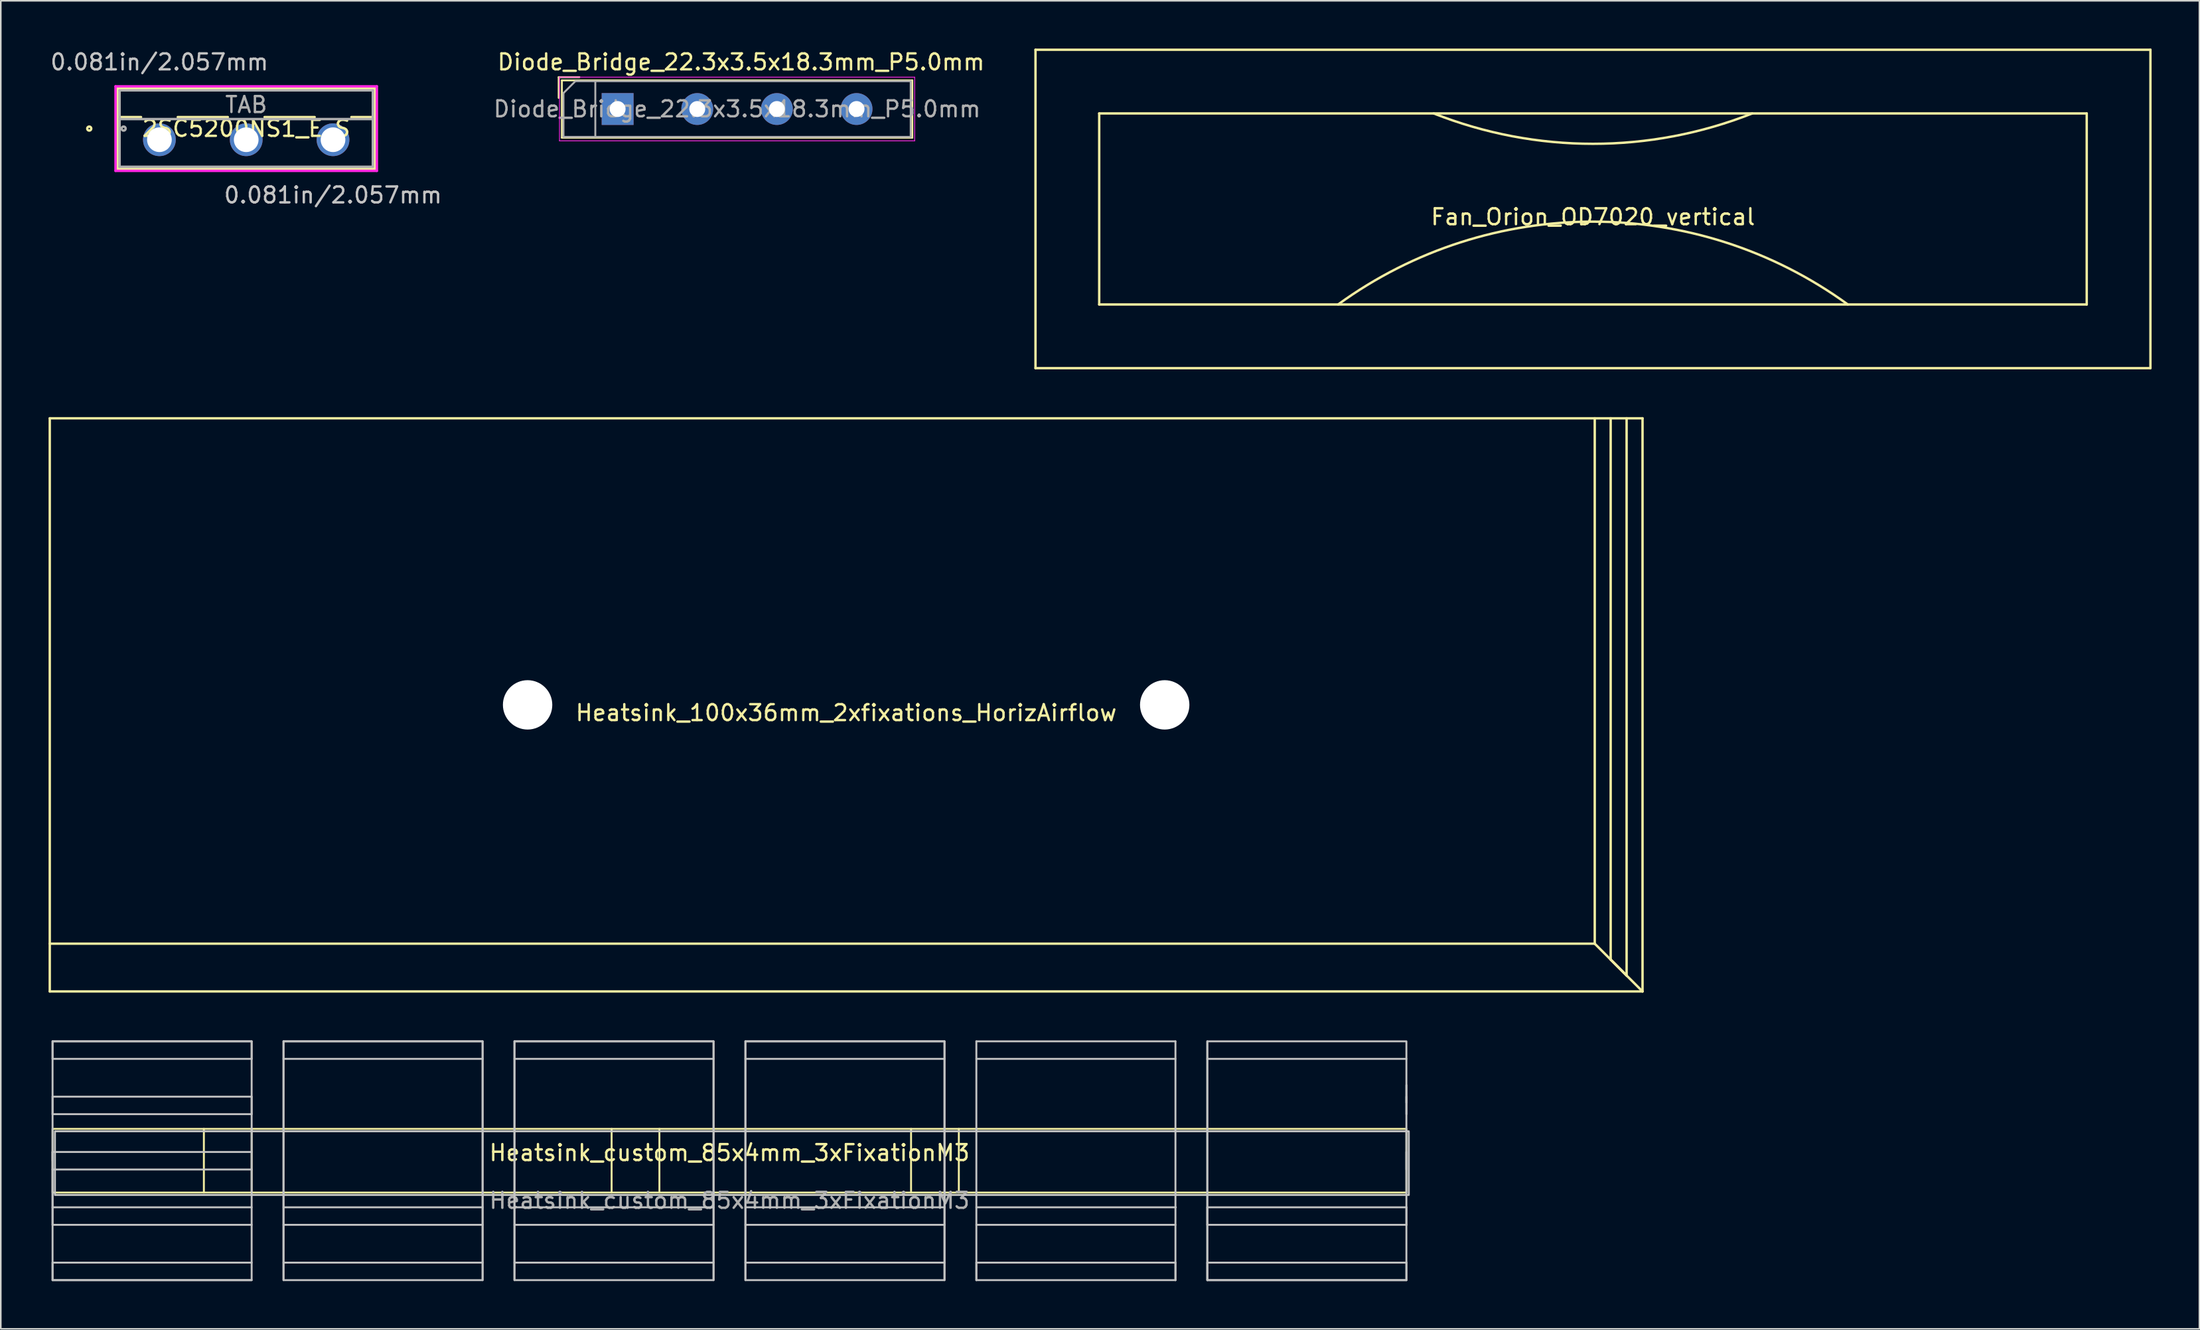
<source format=kicad_pcb>
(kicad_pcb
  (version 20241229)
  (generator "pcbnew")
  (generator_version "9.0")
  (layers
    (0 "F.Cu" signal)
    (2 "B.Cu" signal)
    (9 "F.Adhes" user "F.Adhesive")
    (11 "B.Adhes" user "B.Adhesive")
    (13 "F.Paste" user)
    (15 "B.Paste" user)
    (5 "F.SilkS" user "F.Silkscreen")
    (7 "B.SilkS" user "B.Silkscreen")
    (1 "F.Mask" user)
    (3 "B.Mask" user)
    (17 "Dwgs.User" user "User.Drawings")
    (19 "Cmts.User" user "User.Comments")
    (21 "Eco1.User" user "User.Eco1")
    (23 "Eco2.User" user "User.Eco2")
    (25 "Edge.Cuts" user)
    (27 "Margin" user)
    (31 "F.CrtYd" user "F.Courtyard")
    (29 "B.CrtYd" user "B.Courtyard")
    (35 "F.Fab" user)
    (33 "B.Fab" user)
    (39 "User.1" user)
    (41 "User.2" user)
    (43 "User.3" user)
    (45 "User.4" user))
  (footprint "Heatsink_100x36mm_2xfixations_HorizAirflow"
    (layer "F.Cu")
    (at 50.075 41.225)
    (property "Reference" "Heatsink_100x36mm_2xfixations_HorizAirflow" (at 0 0.5 180) (layer "F.SilkS") (effects (font (size 1 1) (thickness 0.15))))
    (attr through_hole)
    (fp_line (start -50 -18) (end -50 18) (stroke (width 0.15) (type solid)) (layer "F.SilkS"))
    (fp_line (start -50 18) (end 50 18) (stroke (width 0.15) (type solid)) (layer "F.SilkS"))
    (fp_line (start 47 15) (end -50 15) (stroke (width 0.15) (type solid)) (layer "F.SilkS"))
    (fp_line (start 47 15) (end 47 -18) (stroke (width 0.15) (type solid)) (layer "F.SilkS"))
    (fp_line (start 48 -18) (end 48 16) (stroke (width 0.15) (type solid)) (layer "F.SilkS"))
    (fp_line (start 48 16) (end 47 15) (stroke (width 0.15) (type solid)) (layer "F.SilkS"))
    (fp_line (start 48 16) (end 49 17) (stroke (width 0.15) (type solid)) (layer "F.SilkS"))
    (fp_line (start 49 17) (end 48 16) (stroke (width 0.15) (type solid)) (layer "F.SilkS"))
    (fp_line (start 49 17) (end 49 -18) (stroke (width 0.15) (type solid)) (layer "F.SilkS"))
    (fp_line (start 50 -18) (end -50 -18) (stroke (width 0.15) (type solid)) (layer "F.SilkS"))
    (fp_line (start 50 18) (end 49 17) (stroke (width 0.15) (type solid)) (layer "F.SilkS"))
    (fp_line (start 50 18) (end 50 -18) (stroke (width 0.15) (type solid)) (layer "F.SilkS"))
    (pad "" np_thru_hole circle (at -20 0) (size 3.1 3.1) (drill 3.1) (layers "*.Cu" "*.Mask"))
    (pad "" np_thru_hole circle (at 20 0) (size 3.1 3.1) (drill 3.1) (layers "*.Cu" "*.Mask")))
  (footprint "Heatsink_custom_85x4mm_3xFixationM3"
    (layer "F.Cu")
    (at 0.25 69.86)
    (property "Reference" "Heatsink_custom_85x4mm_3xFixationM3" (at 42.5 -0.5 0) (unlocked yes) (layer "F.SilkS") (effects (font (size 1 1) (thickness 0.15))))
    (fp_line (start 9.5 -2) (end 9.5 2) (stroke (width 0.12) (type solid)) (layer "F.SilkS"))
    (fp_line (start 12.5 -2) (end 12.5 2) (stroke (width 0.12) (type solid)) (layer "F.SilkS"))
    (fp_line (start 35.1 -2) (end 35.1 2) (stroke (width 0.12) (type solid)) (layer "F.SilkS"))
    (fp_line (start 38.1 -2) (end 38.1 2) (stroke (width 0.12) (type solid)) (layer "F.SilkS"))
    (fp_line (start 53.9 -2) (end 53.9 2) (stroke (width 0.12) (type solid)) (layer "F.SilkS"))
    (fp_line (start 56.9 -2) (end 56.9 2) (stroke (width 0.12) (type solid)) (layer "F.SilkS"))
    (fp_rect (start 0 2) (end 85 -2) (stroke (width 0.12) (type solid)) (fill no) (layer "F.SilkS"))
    (fp_line (start 0 -7.5) (end 0 -6.4) (stroke (width 0.12) (type solid)) (layer "Dwgs.User"))
    (fp_line (start 0 -7.5) (end 12.5 -7.5) (stroke (width 0.12) (type solid)) (layer "Dwgs.User"))
    (fp_line (start 0 -4.025) (end 0 -2.925) (stroke (width 0.12) (type solid)) (layer "Dwgs.User"))
    (fp_line (start 0 -4.025) (end 12.5 -4.025) (stroke (width 0.12) (type solid)) (layer "Dwgs.User"))
    (fp_line (start 0 -0.55) (end 0 0.55) (stroke (width 0.12) (type solid)) (layer "Dwgs.User"))
    (fp_line (start 0 0) (end 0 -0.55) (stroke (width 0.12) (type solid)) (layer "Dwgs.User"))
    (fp_line (start 0 0.55) (end 0 2.925) (stroke (width 0.12) (type solid)) (layer "Dwgs.User"))
    (fp_line (start 0 0.55) (end 12.5 0.55) (stroke (width 0.12) (type solid)) (layer "Dwgs.User"))
    (fp_line (start 0 2.925) (end 0 4.025) (stroke (width 0.12) (type solid)) (layer "Dwgs.User"))
    (fp_line (start 0 2.925) (end 12.5 2.925) (stroke (width 0.12) (type solid)) (layer "Dwgs.User"))
    (fp_line (start 0 4.025) (end 12.5 4.025) (stroke (width 0.12) (type solid)) (layer "Dwgs.User"))
    (fp_line (start 0 6.4) (end 12.5 6.4) (stroke (width 0.12) (type solid)) (layer "Dwgs.User"))
    (fp_line (start 0 7.5) (end 0 6.4) (stroke (width 0.12) (type solid)) (layer "Dwgs.User"))
    (fp_line (start 12.5 -6.4) (end 0 -6.4) (stroke (width 0.12) (type solid)) (layer "Dwgs.User"))
    (fp_line (start 12.5 -6.4) (end 12.5 -7.5) (stroke (width 0.12) (type solid)) (layer "Dwgs.User"))
    (fp_line (start 12.5 -4) (end 12.5 -2.95) (stroke (width 0.12) (type solid)) (layer "Dwgs.User"))
    (fp_line (start 12.5 -2.925) (end 0 -2.925) (stroke (width 0.12) (type solid)) (layer "Dwgs.User"))
    (fp_line (start 12.5 -0.55) (end 0 -0.55) (stroke (width 0.12) (type solid)) (layer "Dwgs.User"))
    (fp_line (start 12.5 7.5) (end 0 7.5) (stroke (width 0.12) (type solid)) (layer "Dwgs.User"))
    (fp_line (start 14.5 -7.5) (end 27 -7.5) (stroke (width 0.12) (type solid)) (layer "Dwgs.User"))
    (fp_line (start 14.5 2.925) (end 27 2.925) (stroke (width 0.12) (type solid)) (layer "Dwgs.User"))
    (fp_line (start 14.5 7.5) (end 14.5 -7.5) (stroke (width 0.12) (type solid)) (layer "Dwgs.User"))
    (fp_line (start 27 -7.5) (end 27 7.5) (stroke (width 0.12) (type solid)) (layer "Dwgs.User"))
    (fp_line (start 27 -6.4) (end 14.5 -6.4) (stroke (width 0.12) (type solid)) (layer "Dwgs.User"))
    (fp_line (start 27 4.025) (end 14.5 4.025) (stroke (width 0.12) (type solid)) (layer "Dwgs.User"))
    (fp_line (start 27 6.4) (end 14.5 6.4) (stroke (width 0.12) (type solid)) (layer "Dwgs.User"))
    (fp_line (start 29 -7.5) (end 41.5 -7.5) (stroke (width 0.12) (type solid)) (layer "Dwgs.User"))
    (fp_line (start 29 2.925) (end 41.5 2.925) (stroke (width 0.12) (type solid)) (layer "Dwgs.User"))
    (fp_line (start 29 7.5) (end 29 -7.5) (stroke (width 0.12) (type solid)) (layer "Dwgs.User"))
    (fp_line (start 41.5 -7.5) (end 41.5 7.5) (stroke (width 0.12) (type solid)) (layer "Dwgs.User"))
    (fp_line (start 41.5 -6.4) (end 29 -6.4) (stroke (width 0.12) (type solid)) (layer "Dwgs.User"))
    (fp_line (start 41.5 4.025) (end 29 4.025) (stroke (width 0.12) (type solid)) (layer "Dwgs.User"))
    (fp_line (start 41.5 6.4) (end 29 6.4) (stroke (width 0.12) (type solid)) (layer "Dwgs.User"))
    (fp_line (start 43.5 -7.5) (end 56 -7.5) (stroke (width 0.12) (type solid)) (layer "Dwgs.User"))
    (fp_line (start 43.5 2.925) (end 56 2.925) (stroke (width 0.12) (type solid)) (layer "Dwgs.User"))
    (fp_line (start 43.5 7.5) (end 43.5 -7.5) (stroke (width 0.12) (type solid)) (layer "Dwgs.User"))
    (fp_line (start 56 -7.5) (end 56 7.5) (stroke (width 0.12) (type solid)) (layer "Dwgs.User"))
    (fp_line (start 56 -6.4) (end 43.5 -6.4) (stroke (width 0.12) (type solid)) (layer "Dwgs.User"))
    (fp_line (start 56 4.025) (end 43.5 4.025) (stroke (width 0.12) (type solid)) (layer "Dwgs.User"))
    (fp_line (start 56 6.4) (end 43.5 6.4) (stroke (width 0.12) (type solid)) (layer "Dwgs.User"))
    (fp_line (start 58 -7.5) (end 70.5 -7.5) (stroke (width 0.12) (type solid)) (layer "Dwgs.User"))
    (fp_line (start 58 2.925) (end 70.525 2.925) (stroke (width 0.12) (type solid)) (layer "Dwgs.User"))
    (fp_line (start 58 6.4) (end 70.5 6.4) (stroke (width 0.12) (type solid)) (layer "Dwgs.User"))
    (fp_line (start 58 7.5) (end 58 -7.5) (stroke (width 0.12) (type solid)) (layer "Dwgs.User"))
    (fp_line (start 58 7.5) (end 58 6.4) (stroke (width 0.12) (type solid)) (layer "Dwgs.User"))
    (fp_line (start 70.5 -7.5) (end 70.5 7.5) (stroke (width 0.12) (type solid)) (layer "Dwgs.User"))
    (fp_line (start 70.5 -6.4) (end 58 -6.4) (stroke (width 0.12) (type solid)) (layer "Dwgs.User"))
    (fp_line (start 70.5 4.025) (end 58 4.025) (stroke (width 0.12) (type solid)) (layer "Dwgs.User"))
    (fp_line (start 70.5 6.4) (end 70.5 7.5) (stroke (width 0.12) (type solid)) (layer "Dwgs.User"))
    (fp_line (start 70.5 7.5) (end 58 7.5) (stroke (width 0.12) (type solid)) (layer "Dwgs.User"))
    (fp_line (start 72.5 2.925) (end 85 2.925) (stroke (width 0.12) (type solid)) (layer "Dwgs.User"))
    (fp_line (start 72.5 4.025) (end 72.5 2.925) (stroke (width 0.12) (type solid)) (layer "Dwgs.User"))
    (fp_line (start 72.5 6.4) (end 85 6.4) (stroke (width 0.12) (type solid)) (layer "Dwgs.User"))
    (fp_line (start 72.5 7.5) (end 72.5 -7.5) (stroke (width 0.12) (type solid)) (layer "Dwgs.User"))
    (fp_line (start 72.5 7.5) (end 72.5 6.4) (stroke (width 0.12) (type solid)) (layer "Dwgs.User"))
    (fp_line (start 85 -6.4) (end 72.5 -6.4) (stroke (width 0.12) (type solid)) (layer "Dwgs.User"))
    (fp_line (start 85 -4.75) (end 85 -3.65) (stroke (width 0.12) (type solid)) (layer "Dwgs.User"))
    (fp_line (start 85 -4.025) (end 85 -2.925) (stroke (width 0.12) (type solid)) (layer "Dwgs.User"))
    (fp_line (start 85 -0.55) (end 85 0.55) (stroke (width 0.12) (type solid)) (layer "Dwgs.User"))
    (fp_line (start 85 2.925) (end 85 4.025) (stroke (width 0.12) (type solid)) (layer "Dwgs.User"))
    (fp_line (start 85 4.025) (end 72.5 4.025) (stroke (width 0.12) (type solid)) (layer "Dwgs.User"))
    (fp_line (start 85 7.5) (end 72.5 7.5) (stroke (width 0.12) (type solid)) (layer "Dwgs.User"))
    (fp_line (start 85 7.5) (end 85 6.4) (stroke (width 0.12) (type solid)) (layer "Dwgs.User"))
    (fp_rect (start 0 -7.5) (end 12.5 7.5) (stroke (width 0.12) (type solid)) (fill no) (layer "Dwgs.User"))
    (fp_rect (start 14.5 7.5) (end 27 -7.5) (stroke (width 0.12) (type solid)) (fill no) (layer "Dwgs.User"))
    (fp_rect (start 29 -7.5) (end 41.5 7.5) (stroke (width 0.12) (type solid)) (fill no) (layer "Dwgs.User"))
    (fp_rect (start 43.5 7.5) (end 56 -7.5) (stroke (width 0.12) (type solid)) (fill no) (layer "Dwgs.User"))
    (fp_rect (start 72.5 -7.5) (end 85 7.5) (stroke (width 0.12) (type solid)) (fill no) (layer "Dwgs.User"))
    (fp_rect (start 85.15 2.15) (end 0.15 -1.85) (stroke (width 0.12) (type solid)) (fill no) (layer "Dwgs.User"))
    (fp_text user "${REFERENCE}" (at 42.5 2.5 0) (unlocked yes) (layer "F.Fab") (effects (font (size 1 1) (thickness 0.15)))))
  (footprint "Diode_Bridge_22.3x3.5x18.3mm_P5.0mm"
    (layer "F.Cu")
    (at 43.227 3.798)
    (property "Reference" "Diode_Bridge_22.3x3.5x18.3mm_P5.0mm" (at 0.25 -2.95 0) (layer "F.SilkS") (effects (font (size 1 1) (thickness 0.15))))
    (attr through_hole)
    (fp_line (start -11.2 -2) (end -9.9 -2) (stroke (width 0.12) (type solid)) (layer "F.SilkS"))
    (fp_line (start -11.2 -0.7) (end -11.2 -2) (stroke (width 0.12) (type solid)) (layer "F.SilkS"))
    (fp_line (start -11 -1.8) (end 11 -1.8) (stroke (width 0.12) (type solid)) (layer "F.SilkS"))
    (fp_line (start -11 1.8) (end -11 -1.8) (stroke (width 0.12) (type solid)) (layer "F.SilkS"))
    (fp_line (start 11 -1.8) (end 11 1.8) (stroke (width 0.12) (type solid)) (layer "F.SilkS"))
    (fp_line (start 11 1.8) (end -11 1.8) (stroke (width 0.12) (type solid)) (layer "F.SilkS"))
    (fp_line (start -11.15 -2) (end -11.15 2) (stroke (width 0.05) (type solid)) (layer "F.CrtYd"))
    (fp_line (start -11.15 -2) (end 11.15 -2) (stroke (width 0.05) (type solid)) (layer "F.CrtYd"))
    (fp_line (start 11.15 2) (end -11.15 2) (stroke (width 0.05) (type solid)) (layer "F.CrtYd"))
    (fp_line (start 11.15 2) (end 11.15 -2) (stroke (width 0.05) (type solid)) (layer "F.CrtYd"))
    (fp_line (start -10.9 -1) (end -10.15 -1.75) (stroke (width 0.12) (type solid)) (layer "F.Fab"))
    (fp_line (start -10.9 1.75) (end -10.9 -1) (stroke (width 0.12) (type solid)) (layer "F.Fab"))
    (fp_line (start -10.15 -1.75) (end 10.9 -1.75) (stroke (width 0.12) (type solid)) (layer "F.Fab"))
    (fp_line (start -8.9 -1.75) (end -8.9 1.75) (stroke (width 0.12) (type solid)) (layer "F.Fab"))
    (fp_line (start 10.9 -1.75) (end 10.9 1.75) (stroke (width 0.12) (type solid)) (layer "F.Fab"))
    (fp_line (start 10.9 1.75) (end -10.9 1.75) (stroke (width 0.12) (type solid)) (layer "F.Fab"))
    (fp_text user "${REFERENCE}" (at 0 0 180) (layer "F.Fab") (effects (font (size 1 1) (thickness 0.15))))
    (pad "1" thru_hole rect (at -7.5 0) (size 2 2) (drill 1) (layers "*.Cu" "*.Mask"))
    (pad "2" thru_hole circle (at -2.5 0) (size 2 2) (drill 1) (layers "*.Cu" "*.Mask"))
    (pad "3" thru_hole circle (at 2.5 0) (size 2 2) (drill 1) (layers "*.Cu" "*.Mask"))
    (pad "4" thru_hole circle (at 7.5 0) (size 2 2) (drill 1) (layers "*.Cu" "*.Mask")))
  (footprint "2SC5200NS1_E_S"
    (layer "F.Cu")
    (at 6.958 5.727)
    (property "Reference" "2SC5200NS1_E_S" (at 5.45 -0.7 180) (layer "F.SilkS") (effects (font (size 1 1) (thickness 0.15))))
    (attr through_hole)
    (fp_line (start -2.627 -3.227) (end -2.627 1.827) (stroke (width 0.152) (type solid)) (layer "F.SilkS"))
    (fp_line (start -2.627 1.827) (end 13.527 1.827) (stroke (width 0.152) (type solid)) (layer "F.SilkS"))
    (fp_line (start -2.5 -1.424) (end -1.153 -1.424) (stroke (width 0.152) (type solid)) (layer "F.SilkS"))
    (fp_line (start 1.153 -1.424) (end 4.297 -1.424) (stroke (width 0.152) (type solid)) (layer "F.SilkS"))
    (fp_line (start 6.603 -1.424) (end 9.747 -1.424) (stroke (width 0.152) (type solid)) (layer "F.SilkS"))
    (fp_line (start 12.053 -1.424) (end 13.4 -1.424) (stroke (width 0.152) (type solid)) (layer "F.SilkS"))
    (fp_line (start 13.527 -3.227) (end -2.627 -3.227) (stroke (width 0.152) (type solid)) (layer "F.SilkS"))
    (fp_line (start 13.527 1.827) (end 13.527 -3.227) (stroke (width 0.152) (type solid)) (layer "F.SilkS"))
    (fp_circle (center -4.405 -0.7) (end -4.278 -0.7) (stroke (width 0.152) (type solid)) (fill no) (layer "F.SilkS"))
    (fp_line (start -2.754 -3.354) (end -2.754 1.954) (stroke (width 0.152) (type solid)) (layer "F.CrtYd"))
    (fp_line (start -2.754 1.954) (end 13.654 1.954) (stroke (width 0.152) (type solid)) (layer "F.CrtYd"))
    (fp_line (start 13.654 -3.354) (end -2.754 -3.354) (stroke (width 0.152) (type solid)) (layer "F.CrtYd"))
    (fp_line (start 13.654 1.954) (end 13.654 -3.354) (stroke (width 0.152) (type solid)) (layer "F.CrtYd"))
    (fp_line (start -2.5 -3.1) (end -2.5 1.7) (stroke (width 0.152) (type solid)) (layer "F.Fab"))
    (fp_line (start -2.5 -1.297) (end 13.4 -1.297) (stroke (width 0.152) (type solid)) (layer "F.Fab"))
    (fp_line (start -2.5 1.7) (end 13.4 1.7) (stroke (width 0.152) (type solid)) (layer "F.Fab"))
    (fp_line (start 13.4 -3.1) (end -2.5 -3.1) (stroke (width 0.152) (type solid)) (layer "F.Fab"))
    (fp_line (start 13.4 1.7) (end 13.4 -3.1) (stroke (width 0.152) (type solid)) (layer "F.Fab"))
    (fp_circle (center -2.246 -0.7) (end -2.119 -0.7) (stroke (width 0.152) (type solid)) (fill no) (layer "F.Fab"))
    (fp_text user "*" (at 0 0 180) (layer "F.SilkS") (effects (font (size 1 1) (thickness 0.15))))
    (fp_text user "0.081in/2.057mm" (at 0 -4.878 180) (layer "Dwgs.User") (effects (font (size 1 1) (thickness 0.15))))
    (fp_text user "0.081in/2.057mm" (at 10.9 3.478 180) (layer "Dwgs.User") (effects (font (size 1 1) (thickness 0.15))))
    (fp_text user "Copyright 2016 Accelerated Designs. All rights reserved." (at 0 0 180) (layer "Cmts.User") (effects (font (size 0.127 0.127) (thickness 0.002))))
    (fp_text user "*" (at 0 0 180) (layer "F.Fab") (effects (font (size 1 1) (thickness 0.15))))
    (fp_text user "TAB" (at 5.45 -2.199 180) (layer "F.Fab") (effects (font (size 1 1) (thickness 0.15))))
    (pad "1" thru_hole circle (at 0 0) (size 2.057 2.057) (drill 1.549) (layers "*.Cu" "*.Mask"))
    (pad "2" thru_hole circle (at 5.45 0) (size 2.057 2.057) (drill 1.549) (layers "*.Cu" "*.Mask"))
    (pad "3" thru_hole circle (at 10.9 0) (size 2.057 2.057) (drill 1.549) (layers "*.Cu" "*.Mask")))
  (footprint "Fan_Orion_OD7020_vertical"
    (layer "F.Cu")
    (at 96.963 10.075)
    (property "Reference" "Fan_Orion_OD7020_vertical" (at 0 0.5 180) (layer "F.SilkS") (effects (font (size 1 1) (thickness 0.15))))
    (attr through_hole)
    (fp_line (start -35 -10) (end -35 10) (stroke (width 0.15) (type solid)) (layer "F.SilkS"))
    (fp_line (start -35 10) (end 35 10) (stroke (width 0.15) (type solid)) (layer "F.SilkS"))
    (fp_line (start -31 -6) (end -31 6) (stroke (width 0.15) (type solid)) (layer "F.SilkS"))
    (fp_line (start -31 6) (end 31 6) (stroke (width 0.15) (type solid)) (layer "F.SilkS"))
    (fp_line (start 31 -6) (end -31 -6) (stroke (width 0.15) (type solid)) (layer "F.SilkS"))
    (fp_line (start 31 6) (end 31 -6) (stroke (width 0.15) (type solid)) (layer "F.SilkS"))
    (fp_line (start 35 -10) (end -35 -10) (stroke (width 0.15) (type solid)) (layer "F.SilkS"))
    (fp_line (start 35 10) (end 35 -10) (stroke (width 0.15) (type solid)) (layer "F.SilkS"))
    (fp_arc (start -16 6) (mid 0 0.797059) (end 16 6) (stroke (width 0.15) (type solid)) (layer "F.SilkS"))
    (fp_arc (start 10 -6) (mid 0 -4.091898) (end -10 -6) (stroke (width 0.15) (type solid)) (layer "F.SilkS")))
  (gr_rect
    (start -3 -3)
    (end 135.038 80.42)
    (stroke (width 0.1) (type default))
    (fill no)
    (layer "Edge.Cuts")))
</source>
